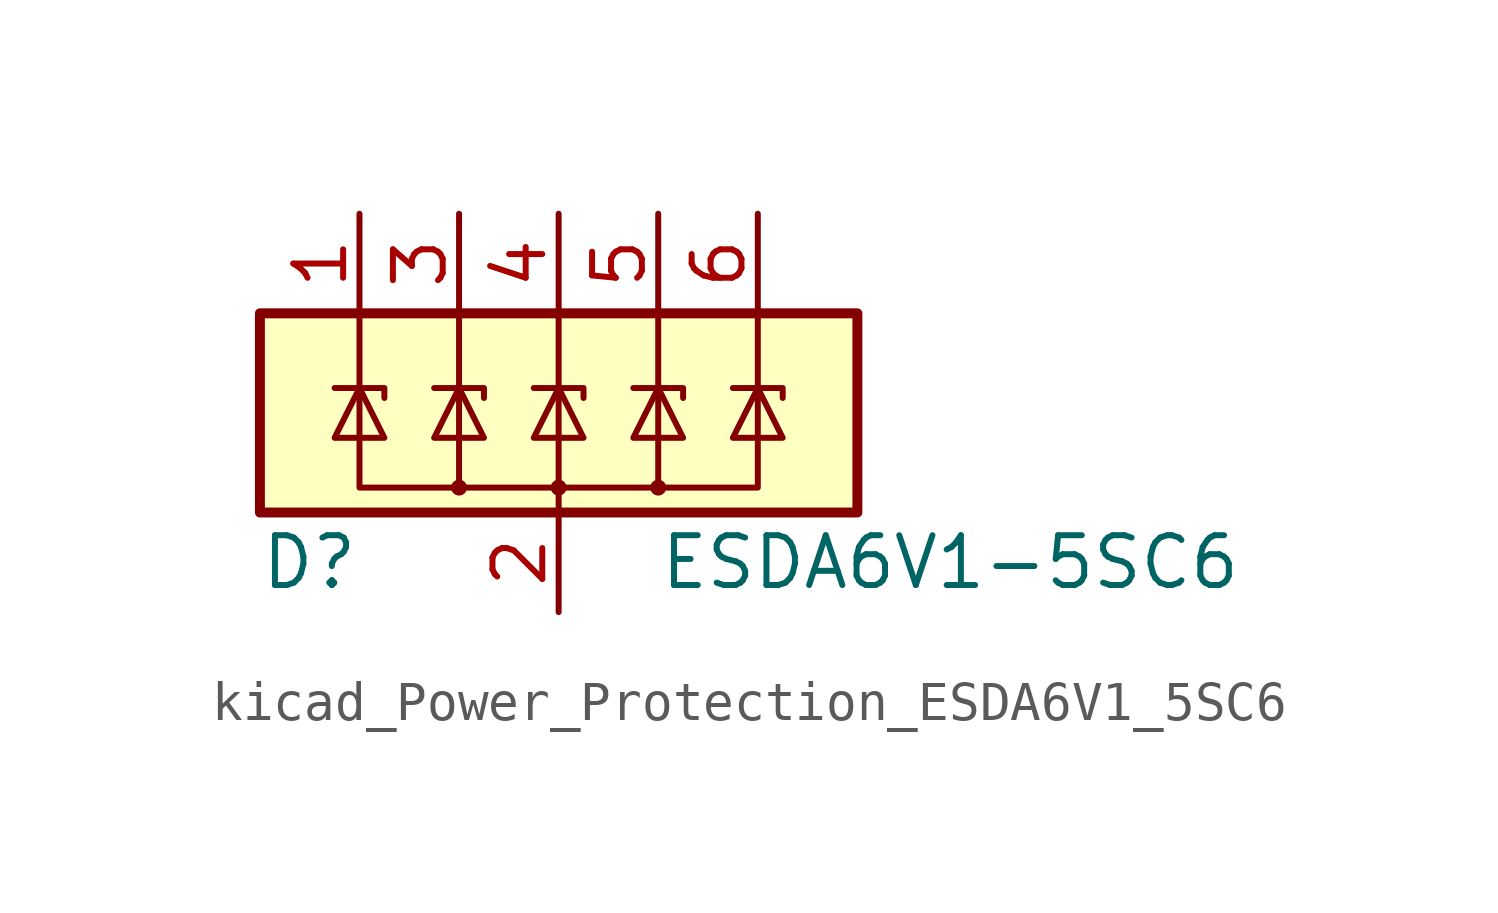
<source format=kicad_sym>
(kicad_symbol_lib
  (version 20220914)
  (generator kicad_symbol_editor)
  (symbol "kicad_Power_Protection_ESDA6V1_5SC6"
    (pin_names hide)
    (property "Reference" "D"
      (at -5.08 -3.81 0)
      (effects (font (size 1.27 1.27)) (justify right)))
    (property "Value" "ESDA6V1-5SC6"
      (at 2.54 -3.81 0)
      (effects (font (size 1.27 1.27)) (justify left)))
    (symbol "kicad_Power_Protection_ESDA6V1_5SC6_0_0"
      (pin passive line (at 0 -5.08 90) (length 2.54) (name "GND" (effects (font (size 1.27 1.27)))) (number "2" (effects (font (size 1.27 1.27))))))
    (symbol "kicad_Power_Protection_ESDA6V1_5SC6_0_1"
      (rectangle (start -7.62 2.54) (end 7.62 -2.54) (stroke (width 0.254) (type default)) (fill (type background)))
      (circle (center -2.54 -1.905) (radius 0.127) (stroke (width 0) (type default)) (fill (type none)))
      (circle (center 0 -1.905) (radius 0.127) (stroke (width 0) (type default)) (fill (type none)))
      (polyline (pts (xy -2.54 2.54) (xy -2.54 -1.905)) (stroke (width 0) (type default)) (fill (type none)))
      (polyline (pts (xy 0 2.54) (xy 0 -2.54)) (stroke (width 0) (type default)) (fill (type none)))
      (polyline (pts (xy 2.54 2.54) (xy 2.54 -1.905)) (stroke (width 0) (type default)) (fill (type none)))
      (polyline (pts (xy -5.715 0.635) (xy -4.445 0.635) (xy -4.445 0.381)) (stroke (width 0) (type default)) (fill (type none)))
      (polyline (pts (xy -3.175 0.635) (xy -1.905 0.635) (xy -1.905 0.381)) (stroke (width 0) (type default)) (fill (type none)))
      (polyline (pts (xy -0.635 0.635) (xy 0.635 0.635) (xy 0.635 0.381)) (stroke (width 0) (type default)) (fill (type none)))
      (polyline (pts (xy 1.905 0.635) (xy 3.175 0.635) (xy 3.175 0.381)) (stroke (width 0) (type default)) (fill (type none)))
      (polyline (pts (xy 4.445 0.635) (xy 5.715 0.635) (xy 5.715 0.381)) (stroke (width 0) (type default)) (fill (type none)))
      (polyline (pts (xy -5.715 -0.635) (xy -4.445 -0.635) (xy -5.08 0.635) (xy -5.715 -0.635)) (stroke (width 0) (type default)) (fill (type none)))
      (polyline (pts (xy -5.08 2.54) (xy -5.08 -1.905) (xy 5.08 -1.905) (xy 5.08 2.54)) (stroke (width 0) (type default)) (fill (type none)))
      (polyline (pts (xy -3.175 -0.635) (xy -1.905 -0.635) (xy -2.54 0.635) (xy -3.175 -0.635)) (stroke (width 0) (type default)) (fill (type none)))
      (polyline (pts (xy -0.635 -0.635) (xy 0.635 -0.635) (xy 0 0.635) (xy -0.635 -0.635)) (stroke (width 0) (type default)) (fill (type none)))
      (polyline (pts (xy 1.905 -0.635) (xy 3.175 -0.635) (xy 2.54 0.635) (xy 1.905 -0.635)) (stroke (width 0) (type default)) (fill (type none)))
      (polyline (pts (xy 4.445 -0.635) (xy 5.715 -0.635) (xy 5.08 0.635) (xy 4.445 -0.635)) (stroke (width 0) (type default)) (fill (type none)))
      (circle (center 2.54 -1.905) (radius 0.127) (stroke (width 0) (type default)) (fill (type none))))
    (symbol "kicad_Power_Protection_ESDA6V1_5SC6_1_1"
      (pin passive line (at -5.08 5.08 270) (length 2.54) (name "IO1" (effects (font (size 1.27 1.27)))) (number "1" (effects (font (size 1.27 1.27)))))
      (pin passive line (at -2.54 5.08 270) (length 2.54) (name "IO2" (effects (font (size 1.27 1.27)))) (number "3" (effects (font (size 1.27 1.27)))))
      (pin passive line (at 0 5.08 270) (length 2.54) (name "IO3" (effects (font (size 1.27 1.27)))) (number "4" (effects (font (size 1.27 1.27)))))
      (pin passive line (at 2.54 5.08 270) (length 2.54) (name "IO4" (effects (font (size 1.27 1.27)))) (number "5" (effects (font (size 1.27 1.27)))))
      (pin passive line (at 5.08 5.08 270) (length 2.54) (name "IO5" (effects (font (size 1.27 1.27)))) (number "6" (effects (font (size 1.27 1.27))))))))
</source>
